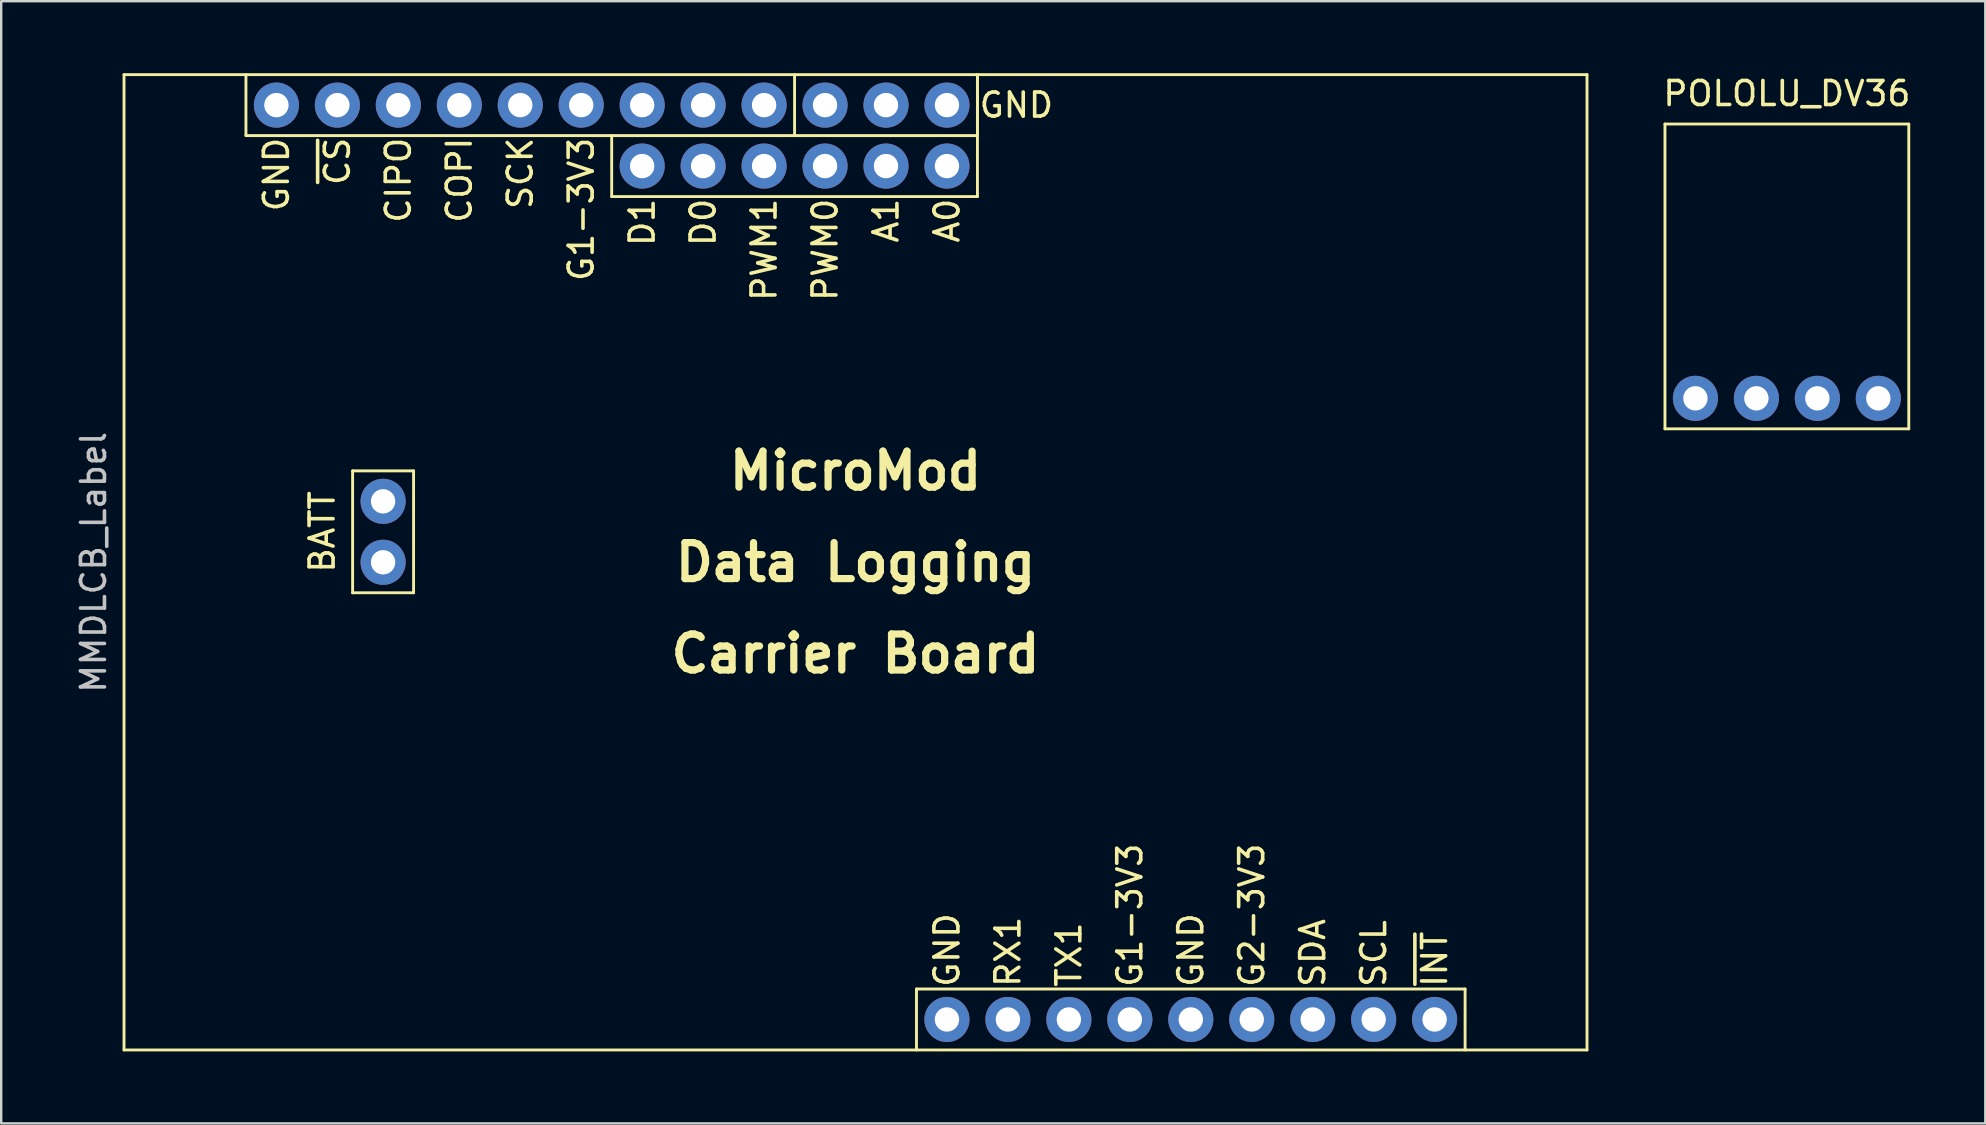
<source format=kicad_pcb>
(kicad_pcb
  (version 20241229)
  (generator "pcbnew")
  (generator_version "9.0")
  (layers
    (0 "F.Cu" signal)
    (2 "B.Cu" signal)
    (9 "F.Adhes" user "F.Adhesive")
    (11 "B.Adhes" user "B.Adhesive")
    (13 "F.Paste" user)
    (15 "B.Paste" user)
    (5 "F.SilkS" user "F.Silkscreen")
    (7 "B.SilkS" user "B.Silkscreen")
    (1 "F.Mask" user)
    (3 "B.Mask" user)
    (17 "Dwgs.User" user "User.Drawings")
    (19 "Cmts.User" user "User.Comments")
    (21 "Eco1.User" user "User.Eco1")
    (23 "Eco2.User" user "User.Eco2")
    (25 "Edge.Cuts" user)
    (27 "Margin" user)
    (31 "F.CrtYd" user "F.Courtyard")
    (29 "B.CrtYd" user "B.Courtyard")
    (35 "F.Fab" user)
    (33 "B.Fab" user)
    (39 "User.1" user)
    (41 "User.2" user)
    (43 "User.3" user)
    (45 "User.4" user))
  (footprint "POLOLU_DV36"
    (layer "F.Cu")
    (at 71.406 8.468)
    (property "Reference" "POLOLU_DV36" (at 0 -7.62 0) (layer "F.SilkS") (effects (font (size 1 1) (thickness 0.15))))
    (attr through_hole)
    (fp_line (start -5.08 -6.35) (end -5.08 6.35) (stroke (width 0.12) (type solid)) (layer "F.SilkS"))
    (fp_line (start -5.08 6.35) (end 5.08 6.35) (stroke (width 0.12) (type solid)) (layer "F.SilkS"))
    (fp_line (start 5.08 -6.35) (end -5.08 -6.35) (stroke (width 0.12) (type solid)) (layer "F.SilkS"))
    (fp_line (start 5.08 6.35) (end 5.08 -6.35) (stroke (width 0.12) (type solid)) (layer "F.SilkS"))
    (pad "1" thru_hole circle (at -3.81 5.08) (size 1.88 1.88) (drill 1.016) (layers "*.Cu" "*.Mask"))
    (pad "2" thru_hole circle (at -1.27 5.08) (size 1.88 1.88) (drill 1.016) (layers "*.Cu" "*.Mask"))
    (pad "3" thru_hole circle (at 1.27 5.08) (size 1.88 1.88) (drill 1.016) (layers "*.Cu" "*.Mask"))
    (pad "4" thru_hole circle (at 3.81 5.08) (size 1.88 1.88) (drill 1.016) (layers "*.Cu" "*.Mask")))
  (footprint "MMDLCB_Label"
    (layer "F.Cu")
    (at 32.598 20.38)
    (property "Reference" "MMDLCB_Label" (at -31.75 0 90) (layer "Dwgs.User") (effects (font (size 1 1) (thickness 0.15))))
    (attr through_hole)
    (fp_line (start -30.48 -20.32) (end 30.48 -20.32) (stroke (width 0.12) (type solid)) (layer "F.SilkS"))
    (fp_line (start -30.48 20.32) (end -30.48 -20.32) (stroke (width 0.12) (type solid)) (layer "F.SilkS"))
    (fp_line (start -30.48 20.32) (end 30.48 20.32) (stroke (width 0.12) (type solid)) (layer "F.SilkS"))
    (fp_line (start -25.4 -20.32) (end -25.4 -17.78) (stroke (width 0.12) (type solid)) (layer "F.SilkS"))
    (fp_line (start -25.4 -17.78) (end 5.08 -17.78) (stroke (width 0.12) (type solid)) (layer "F.SilkS"))
    (fp_line (start -20.955 -3.81) (end -18.415 -3.81) (stroke (width 0.12) (type solid)) (layer "F.SilkS"))
    (fp_line (start -20.955 1.27) (end -20.955 -3.81) (stroke (width 0.12) (type solid)) (layer "F.SilkS"))
    (fp_line (start -18.415 -3.81) (end -18.415 1.27) (stroke (width 0.12) (type solid)) (layer "F.SilkS"))
    (fp_line (start -18.415 1.27) (end -20.955 1.27) (stroke (width 0.12) (type solid)) (layer "F.SilkS"))
    (fp_line (start -10.16 -15.24) (end -10.16 -17.78) (stroke (width 0.12) (type solid)) (layer "F.SilkS"))
    (fp_line (start -2.54 -17.78) (end -2.54 -20.32) (stroke (width 0.12) (type solid)) (layer "F.SilkS"))
    (fp_line (start 2.54 17.78) (end 25.4 17.78) (stroke (width 0.12) (type solid)) (layer "F.SilkS"))
    (fp_line (start 2.54 20.32) (end 2.54 17.78) (stroke (width 0.12) (type solid)) (layer "F.SilkS"))
    (fp_line (start 5.08 -20.32) (end 5.08 -17.78) (stroke (width 0.12) (type solid)) (layer "F.SilkS"))
    (fp_line (start 5.08 -17.78) (end 5.08 -20.32) (stroke (width 0.12) (type solid)) (layer "F.SilkS"))
    (fp_line (start 5.08 -17.78) (end 5.08 -15.24) (stroke (width 0.12) (type solid)) (layer "F.SilkS"))
    (fp_line (start 5.08 -15.24) (end -10.16 -15.24) (stroke (width 0.12) (type solid)) (layer "F.SilkS"))
    (fp_line (start 25.4 17.78) (end 25.4 20.32) (stroke (width 0.12) (type solid)) (layer "F.SilkS"))
    (fp_line (start 30.48 -20.32) (end 30.48 20.32) (stroke (width 0.12) (type solid)) (layer "F.SilkS"))
    (fp_text user "G1-3V3" (at 11.43 17.78 90) (layer "F.SilkS") (effects (font (size 1 1) (thickness 0.15)) (justify left)))
    (fp_text user "D1" (at -8.89 -15.24 90) (layer "F.SilkS") (effects (font (size 1 1) (thickness 0.15)) (justify right)))
    (fp_text user "GND" (at 3.81 17.78 90) (layer "F.SilkS") (effects (font (size 1 1) (thickness 0.15)) (justify left)))
    (fp_text user "GND" (at 5.08 -19.05 180) (layer "F.SilkS") (effects (font (size 1 1) (thickness 0.15)) (justify left)))
    (fp_text user "CIPO" (at -19.05 -17.78 90) (layer "F.SilkS") (effects (font (size 1 1) (thickness 0.15)) (justify right)))
    (fp_text user "SCK" (at -13.97 -17.78 90) (layer "F.SilkS") (effects (font (size 1 1) (thickness 0.15)) (justify right)))
    (fp_text user "BATT" (at -22.225 -1.27 90) (layer "F.SilkS") (effects (font (size 1 1) (thickness 0.15))))
    (fp_text user "Data Logging" (at 0 0 0) (layer "F.SilkS") (effects (font (size 1.5 1.5) (thickness 0.3))))
    (fp_text user "MicroMod" (at 0 -3.81 0) (layer "F.SilkS") (effects (font (size 1.5 1.5) (thickness 0.3))))
    (fp_text user "SCL" (at 21.59 17.78 90) (layer "F.SilkS") (effects (font (size 1 1) (thickness 0.15)) (justify left)))
    (fp_text user "A1" (at 1.27 -15.24 90) (layer "F.SilkS") (effects (font (size 1 1) (thickness 0.15)) (justify right)))
    (fp_text user "GND" (at -24.13 -17.78 90) (layer "F.SilkS") (effects (font (size 1 1) (thickness 0.15)) (justify right)))
    (fp_text user "~{CS}" (at -21.59 -17.78 90) (layer "F.SilkS") (effects (font (size 1 1) (thickness 0.15)) (justify right)))
    (fp_text user "RX1" (at 6.35 17.78 90) (layer "F.SilkS") (effects (font (size 1 1) (thickness 0.15)) (justify left)))
    (fp_text user "PWM0" (at -1.27 -15.24 90) (layer "F.SilkS") (effects (font (size 1 1) (thickness 0.15)) (justify right)))
    (fp_text user "A0" (at 3.81 -15.24 90) (layer "F.SilkS") (effects (font (size 1 1) (thickness 0.15)) (justify right)))
    (fp_text user "PWM1" (at -3.81 -15.24 90) (layer "F.SilkS") (effects (font (size 1 1) (thickness 0.15)) (justify right)))
    (fp_text user "SDA" (at 19.05 17.78 90) (layer "F.SilkS") (effects (font (size 1 1) (thickness 0.15)) (justify left)))
    (fp_text user "G1-3V3" (at -11.43 -17.78 90) (layer "F.SilkS") (effects (font (size 1 1) (thickness 0.15)) (justify right)))
    (fp_text user "~{INT}" (at 24.13 17.78 90) (layer "F.SilkS") (effects (font (size 1 1) (thickness 0.15)) (justify left)))
    (fp_text user "Carrier Board" (at 0 3.81 0) (layer "F.SilkS") (effects (font (size 1.5 1.5) (thickness 0.3))))
    (fp_text user "COPI" (at -16.51 -17.78 90) (layer "F.SilkS") (effects (font (size 1 1) (thickness 0.15)) (justify right)))
    (fp_text user "TX1" (at 8.89 17.78 90) (layer "F.SilkS") (effects (font (size 1 1) (thickness 0.15)) (justify left)))
    (fp_text user "GND" (at 13.97 17.78 90) (layer "F.SilkS") (effects (font (size 1 1) (thickness 0.15)) (justify left)))
    (fp_text user "G2-3V3" (at 16.51 17.78 90) (layer "F.SilkS") (effects (font (size 1 1) (thickness 0.15)) (justify left)))
    (fp_text user "D0" (at -6.35 -15.24 90) (layer "F.SilkS") (effects (font (size 1 1) (thickness 0.15)) (justify right)))
    (pad "1" thru_hole circle (at 3.81 19.05) (size 1.88 1.88) (drill 1.016) (layers "*.Cu" "*.Mask"))
    (pad "2" thru_hole circle (at 6.35 19.05) (size 1.88 1.88) (drill 1.016) (layers "*.Cu" "*.Mask"))
    (pad "3" thru_hole circle (at 8.89 19.05) (size 1.88 1.88) (drill 1.016) (layers "*.Cu" "*.Mask"))
    (pad "4" thru_hole circle (at 11.43 19.05) (size 1.88 1.88) (drill 1.016) (layers "*.Cu" "*.Mask"))
    (pad "5" thru_hole circle (at 13.97 19.05) (size 1.88 1.88) (drill 1.016) (layers "*.Cu" "*.Mask"))
    (pad "6" thru_hole circle (at 16.51 19.05) (size 1.88 1.88) (drill 1.016) (layers "*.Cu" "*.Mask"))
    (pad "7" thru_hole circle (at 19.05 19.05) (size 1.88 1.88) (drill 1.016) (layers "*.Cu" "*.Mask"))
    (pad "8" thru_hole circle (at 21.59 19.05) (size 1.88 1.88) (drill 1.016) (layers "*.Cu" "*.Mask"))
    (pad "9" thru_hole circle (at 24.13 19.05) (size 1.88 1.88) (drill 1.016) (layers "*.Cu" "*.Mask"))
    (pad "10" thru_hole circle (at -24.13 -19.05) (size 1.88 1.88) (drill 1.016) (layers "*.Cu" "*.Mask"))
    (pad "11" thru_hole circle (at -21.59 -19.05) (size 1.88 1.88) (drill 1.016) (layers "*.Cu" "*.Mask"))
    (pad "12" thru_hole circle (at -19.05 -19.05) (size 1.88 1.88) (drill 1.016) (layers "*.Cu" "*.Mask"))
    (pad "13" thru_hole circle (at -16.51 -19.05) (size 1.88 1.88) (drill 1.016) (layers "*.Cu" "*.Mask"))
    (pad "14" thru_hole circle (at -13.97 -19.05) (size 1.88 1.88) (drill 1.016) (layers "*.Cu" "*.Mask"))
    (pad "15" thru_hole circle (at -11.43 -19.05) (size 1.88 1.88) (drill 1.016) (layers "*.Cu" "*.Mask"))
    (pad "16" thru_hole circle (at -8.89 -19.05) (size 1.88 1.88) (drill 1.016) (layers "*.Cu" "*.Mask"))
    (pad "17" thru_hole circle (at -6.35 -19.05) (size 1.88 1.88) (drill 1.016) (layers "*.Cu" "*.Mask"))
    (pad "18" thru_hole circle (at -3.81 -19.05) (size 1.88 1.88) (drill 1.016) (layers "*.Cu" "*.Mask"))
    (pad "19" thru_hole circle (at -1.27 -19.05) (size 1.88 1.88) (drill 1.016) (layers "*.Cu" "*.Mask"))
    (pad "20" thru_hole circle (at 1.27 -19.05) (size 1.88 1.88) (drill 1.016) (layers "*.Cu" "*.Mask"))
    (pad "21" thru_hole circle (at 3.81 -19.05) (size 1.88 1.88) (drill 1.016) (layers "*.Cu" "*.Mask"))
    (pad "22" thru_hole circle (at -8.89 -16.51) (size 1.88 1.88) (drill 1.016) (layers "*.Cu" "*.Mask"))
    (pad "23" thru_hole circle (at -6.35 -16.51) (size 1.88 1.88) (drill 1.016) (layers "*.Cu" "*.Mask"))
    (pad "24" thru_hole circle (at -3.81 -16.51) (size 1.88 1.88) (drill 1.016) (layers "*.Cu" "*.Mask"))
    (pad "25" thru_hole circle (at -1.27 -16.51) (size 1.88 1.88) (drill 1.016) (layers "*.Cu" "*.Mask"))
    (pad "26" thru_hole circle (at 1.27 -16.51) (size 1.88 1.88) (drill 1.016) (layers "*.Cu" "*.Mask"))
    (pad "27" thru_hole circle (at 3.81 -16.51) (size 1.88 1.88) (drill 1.016) (layers "*.Cu" "*.Mask"))
    (pad "28" thru_hole circle (at -19.685 -2.54) (size 1.88 1.88) (drill 1.016) (layers "*.Cu" "*.Mask"))
    (pad "29" thru_hole circle (at -19.685 0) (size 1.88 1.88) (drill 1.016) (layers "*.Cu" "*.Mask")))
  (gr_rect
    (start -3 -3)
    (end 79.674 43.76)
    (stroke (width 0.1) (type default))
    (fill no)
    (layer "Edge.Cuts")))
</source>
